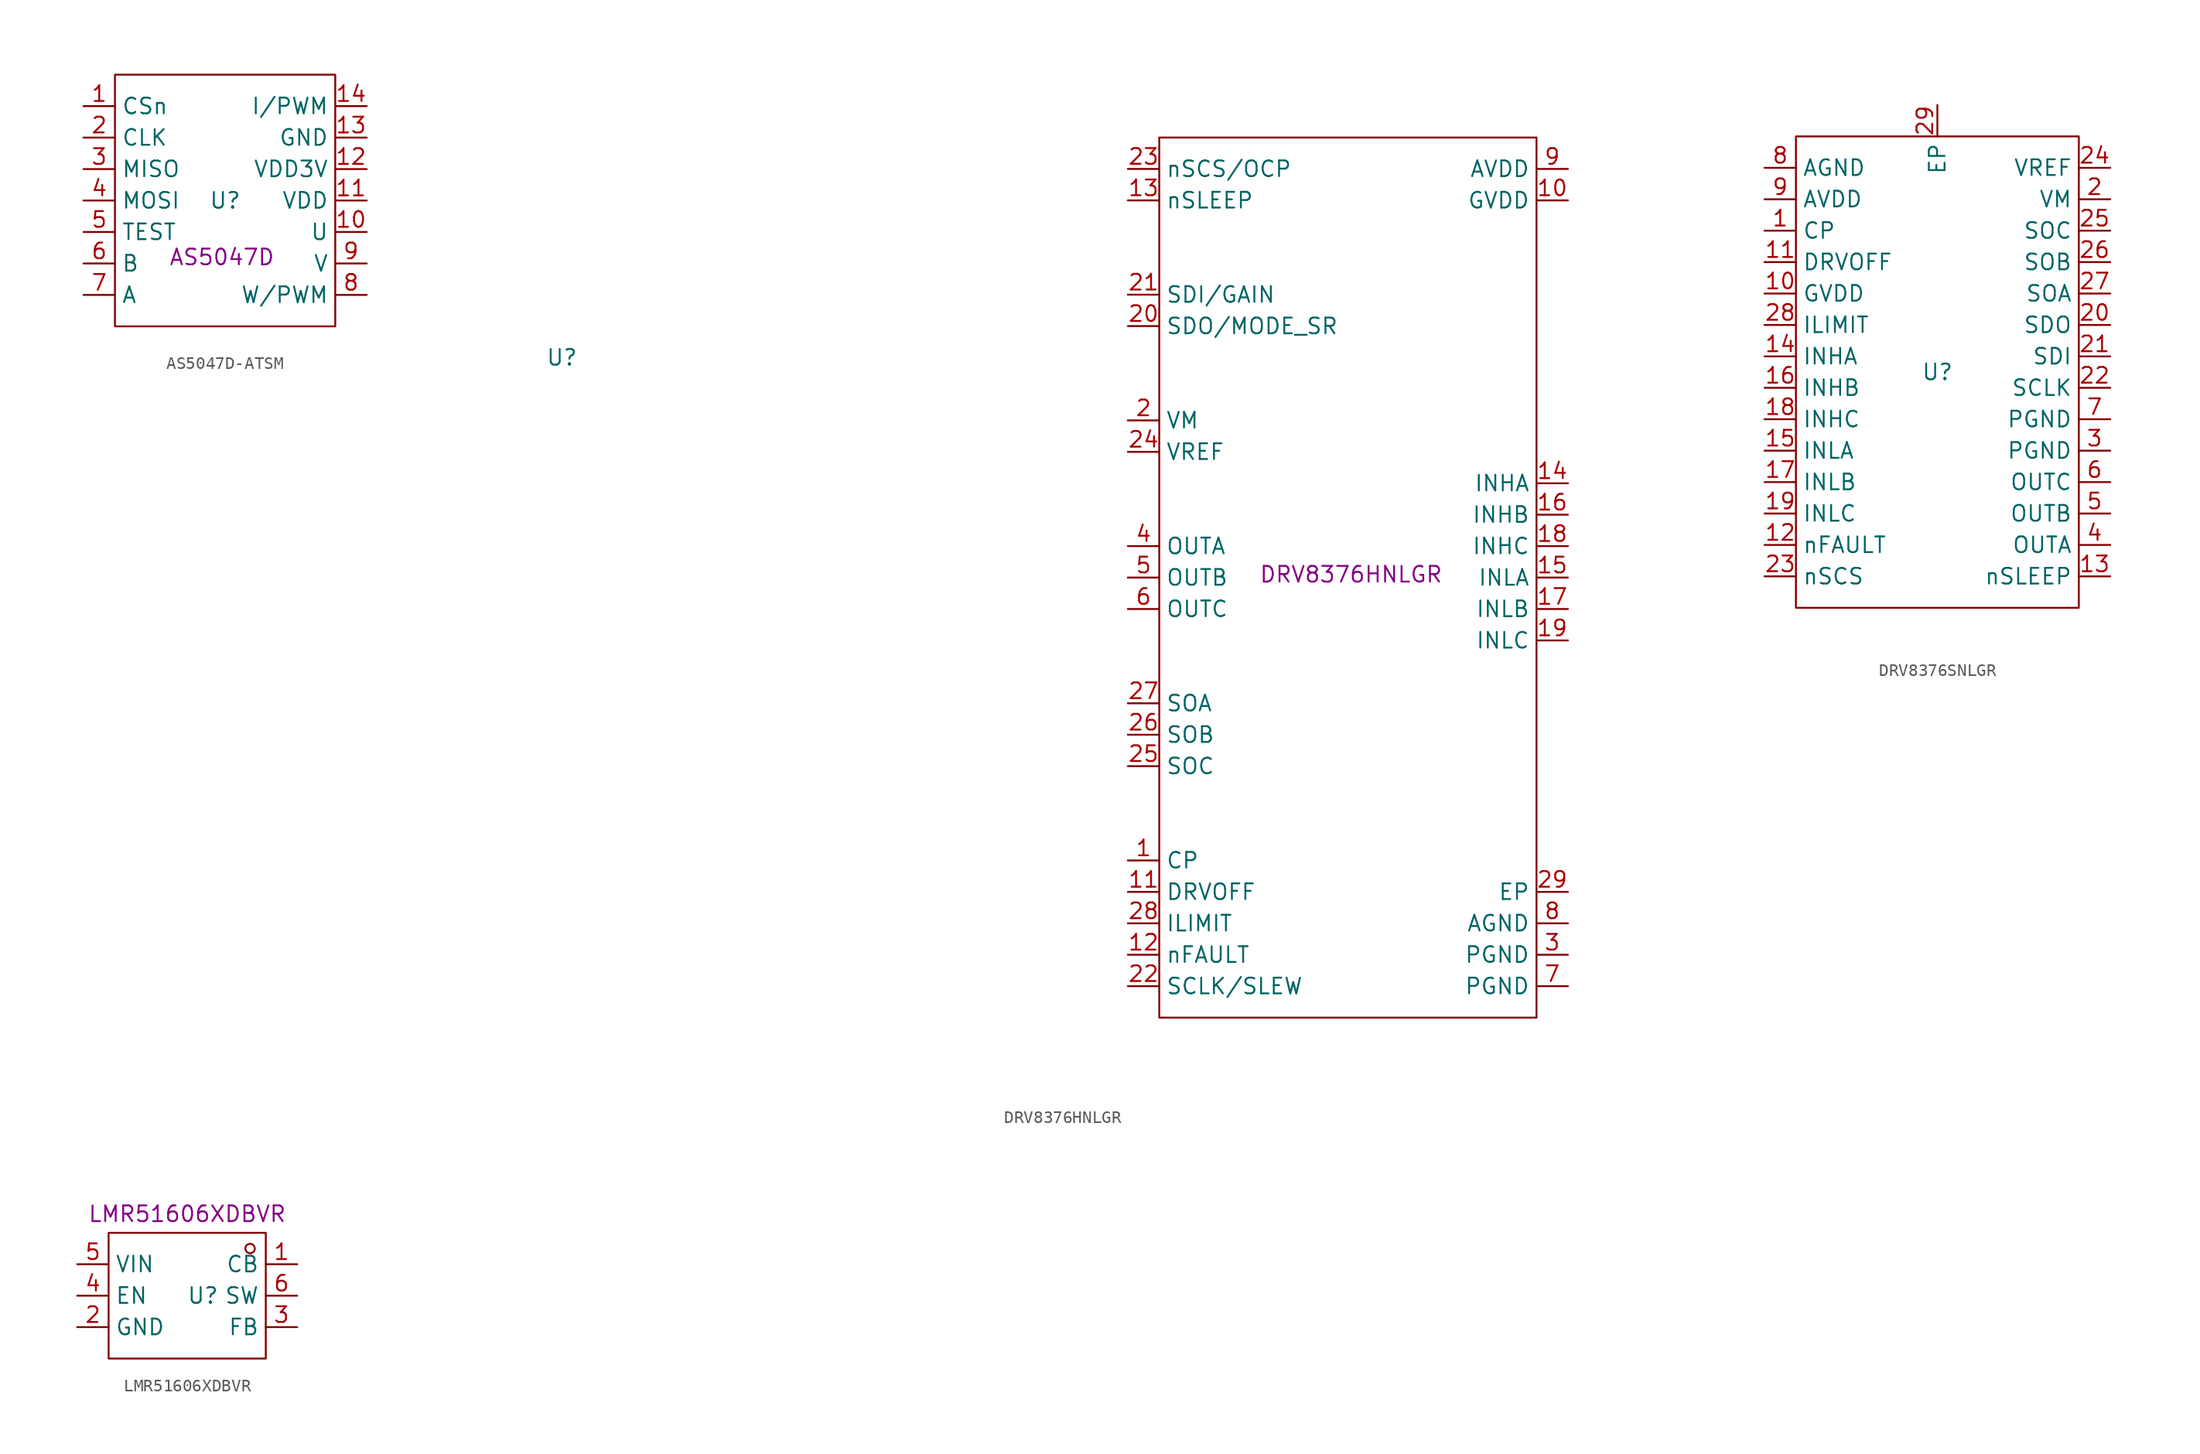
<source format=kicad_sym>
(kicad_symbol_lib
  (version 20241209)
  (generator "kicad_symbol_editor")
  (generator_version "9.0")
  (symbol "AS5047D-ATSM"
    (property "Reference" "U"
      (at 0 0 0)
      (effects (font (size 1.27 1.27))))
    (property "Value" ""
      (at 0 0 0)
      (effects (font (size 1.27 1.27))))
    (property "Manufacturer Part" "AS5047D"
      (at -0.254 -4.572 0)
      (effects (font (size 1.27 1.27))))
    (symbol "AS5047D-ATSM_1_0"
      (rectangle (start -8.89 10.16) (end 8.89 -10.16) (stroke (width 0) (type default)) (fill (type none)))
      (pin input line (at -11.43 7.62 0) (length 2.54) (name "CSn" (effects (font (size 1.27 1.27)))) (number "1" (effects (font (size 1.27 1.27)))))
      (pin input line (at -11.43 5.08 0) (length 2.54) (name "CLK" (effects (font (size 1.27 1.27)))) (number "2" (effects (font (size 1.27 1.27)))))
      (pin output line (at -11.43 2.54 0) (length 2.54) (name "MISO" (effects (font (size 1.27 1.27)))) (number "3" (effects (font (size 1.27 1.27)))))
      (pin input line (at -11.43 0 0) (length 2.54) (name "MOSI" (effects (font (size 1.27 1.27)))) (number "4" (effects (font (size 1.27 1.27)))))
      (pin unspecified line (at -11.43 -2.54 0) (length 2.54) (name "TEST" (effects (font (size 1.27 1.27)))) (number "5" (effects (font (size 1.27 1.27)))))
      (pin output line (at -11.43 -5.08 0) (length 2.54) (name "B" (effects (font (size 1.27 1.27)))) (number "6" (effects (font (size 1.27 1.27)))))
      (pin output line (at -11.43 -7.62 0) (length 2.54) (name "A" (effects (font (size 1.27 1.27)))) (number "7" (effects (font (size 1.27 1.27)))))
      (pin output line (at 11.43 7.62 180) (length 2.54) (name "I/PWM" (effects (font (size 1.27 1.27)))) (number "14" (effects (font (size 1.27 1.27)))))
      (pin output line (at 11.43 5.08 180) (length 2.54) (name "GND" (effects (font (size 1.27 1.27)))) (number "13" (effects (font (size 1.27 1.27)))))
      (pin power_in line (at 11.43 2.54 180) (length 2.54) (name "VDD3V" (effects (font (size 1.27 1.27)))) (number "12" (effects (font (size 1.27 1.27)))))
      (pin power_in line (at 11.43 0 180) (length 2.54) (name "VDD" (effects (font (size 1.27 1.27)))) (number "11" (effects (font (size 1.27 1.27)))))
      (pin output line (at 11.43 -2.54 180) (length 2.54) (name "U" (effects (font (size 1.27 1.27)))) (number "10" (effects (font (size 1.27 1.27)))))
      (pin output line (at 11.43 -5.08 180) (length 2.54) (name "V" (effects (font (size 1.27 1.27)))) (number "9" (effects (font (size 1.27 1.27)))))
      (pin output line (at 11.43 -7.62 180) (length 2.54) (name "W/PWM" (effects (font (size 1.27 1.27)))) (number "8" (effects (font (size 1.27 1.27)))))))
  (symbol "DRV8376HNLGR"
    (property "Reference" "U"
      (at -63.5 17.78 0)
      (effects (font (size 1.27 1.27))))
    (property "Value" ""
      (at 0 0 0)
      (effects (font (size 1.27 1.27))))
    (property "Manufacturer Part" "DRV8376HNLGR"
      (at 0.254 0.254 0)
      (effects (font (size 1.27 1.27))))
    (symbol "DRV8376HNLGR_1_0"
      (rectangle (start -15.24 35.56) (end 15.24 -35.56) (stroke (width 0) (type default)) (fill (type none)))
      (pin unspecified line (at -17.78 33.02 0) (length 2.54) (name "nSCS/OCP" (effects (font (size 1.27 1.27)))) (number "23" (effects (font (size 1.27 1.27)))))
      (pin unspecified line (at -17.78 30.48 0) (length 2.54) (name "nSLEEP" (effects (font (size 1.27 1.27)))) (number "13" (effects (font (size 1.27 1.27)))))
      (pin unspecified line (at -17.78 22.86 0) (length 2.54) (name "SDI/GAIN" (effects (font (size 1.27 1.27)))) (number "21" (effects (font (size 1.27 1.27)))))
      (pin unspecified line (at -17.78 20.32 0) (length 2.54) (name "SDO/MODE_SR" (effects (font (size 1.27 1.27)))) (number "20" (effects (font (size 1.27 1.27)))))
      (pin unspecified line (at -17.78 12.7 0) (length 2.54) (name "VM" (effects (font (size 1.27 1.27)))) (number "2" (effects (font (size 1.27 1.27)))))
      (pin unspecified line (at -17.78 10.16 0) (length 2.54) (name "VREF" (effects (font (size 1.27 1.27)))) (number "24" (effects (font (size 1.27 1.27)))))
      (pin power_out line (at -17.78 2.54 0) (length 2.54) (name "OUTA" (effects (font (size 1.27 1.27)))) (number "4" (effects (font (size 1.27 1.27)))))
      (pin power_out line (at -17.78 0 0) (length 2.54) (name "OUTB" (effects (font (size 1.27 1.27)))) (number "5" (effects (font (size 1.27 1.27)))))
      (pin power_out line (at -17.78 -2.54 0) (length 2.54) (name "OUTC" (effects (font (size 1.27 1.27)))) (number "6" (effects (font (size 1.27 1.27)))))
      (pin output line (at -17.78 -10.16 0) (length 2.54) (name "SOA" (effects (font (size 1.27 1.27)))) (number "27" (effects (font (size 1.27 1.27)))))
      (pin output line (at -17.78 -12.7 0) (length 2.54) (name "SOB" (effects (font (size 1.27 1.27)))) (number "26" (effects (font (size 1.27 1.27)))))
      (pin output line (at -17.78 -15.24 0) (length 2.54) (name "SOC" (effects (font (size 1.27 1.27)))) (number "25" (effects (font (size 1.27 1.27)))))
      (pin unspecified line (at -17.78 -22.86 0) (length 2.54) (name "CP" (effects (font (size 1.27 1.27)))) (number "1" (effects (font (size 1.27 1.27)))))
      (pin unspecified line (at -17.78 -25.4 0) (length 2.54) (name "DRVOFF" (effects (font (size 1.27 1.27)))) (number "11" (effects (font (size 1.27 1.27)))))
      (pin unspecified line (at -17.78 -27.94 0) (length 2.54) (name "ILIMIT" (effects (font (size 1.27 1.27)))) (number "28" (effects (font (size 1.27 1.27)))))
      (pin unspecified line (at -17.78 -30.48 0) (length 2.54) (name "nFAULT" (effects (font (size 1.27 1.27)))) (number "12" (effects (font (size 1.27 1.27)))))
      (pin unspecified line (at -17.78 -33.02 0) (length 2.54) (name "SCLK/SLEW" (effects (font (size 1.27 1.27)))) (number "22" (effects (font (size 1.27 1.27)))))
      (pin unspecified line (at 17.78 33.02 180) (length 2.54) (name "AVDD" (effects (font (size 1.27 1.27)))) (number "9" (effects (font (size 1.27 1.27)))))
      (pin unspecified line (at 17.78 30.48 180) (length 2.54) (name "GVDD" (effects (font (size 1.27 1.27)))) (number "10" (effects (font (size 1.27 1.27)))))
      (pin input line (at 17.78 7.62 180) (length 2.54) (name "INHA" (effects (font (size 1.27 1.27)))) (number "14" (effects (font (size 1.27 1.27)))))
      (pin input line (at 17.78 5.08 180) (length 2.54) (name "INHB" (effects (font (size 1.27 1.27)))) (number "16" (effects (font (size 1.27 1.27)))))
      (pin input line (at 17.78 2.54 180) (length 2.54) (name "INHC" (effects (font (size 1.27 1.27)))) (number "18" (effects (font (size 1.27 1.27)))))
      (pin input line (at 17.78 0 180) (length 2.54) (name "INLA" (effects (font (size 1.27 1.27)))) (number "15" (effects (font (size 1.27 1.27)))))
      (pin input line (at 17.78 -2.54 180) (length 2.54) (name "INLB" (effects (font (size 1.27 1.27)))) (number "17" (effects (font (size 1.27 1.27)))))
      (pin input line (at 17.78 -5.08 180) (length 2.54) (name "INLC" (effects (font (size 1.27 1.27)))) (number "19" (effects (font (size 1.27 1.27)))))
      (pin unspecified line (at 17.78 -25.4 180) (length 2.54) (name "EP" (effects (font (size 1.27 1.27)))) (number "29" (effects (font (size 1.27 1.27)))))
      (pin unspecified line (at 17.78 -27.94 180) (length 2.54) (name "AGND" (effects (font (size 1.27 1.27)))) (number "8" (effects (font (size 1.27 1.27)))))
      (pin unspecified line (at 17.78 -30.48 180) (length 2.54) (name "PGND" (effects (font (size 1.27 1.27)))) (number "3" (effects (font (size 1.27 1.27)))))
      (pin unspecified line (at 17.78 -33.02 180) (length 2.54) (name "PGND" (effects (font (size 1.27 1.27)))) (number "7" (effects (font (size 1.27 1.27)))))))
  (symbol "DRV8376SNLGR"
    (property "Reference" "U"
      (at 0 0 0)
      (effects (font (size 1.27 1.27))))
    (property "Value" ""
      (at 0 0 0)
      (effects (font (size 1.27 1.27))))
    (symbol "DRV8376SNLGR_1_0"
      (rectangle (start -11.43 19.05) (end 11.43 -19.05) (stroke (width 0) (type default)) (fill (type none)))
      (pin output line (at -13.97 16.51 0) (length 2.54) (name "AGND" (effects (font (size 1.27 1.27)))) (number "8" (effects (font (size 1.27 1.27)))))
      (pin output line (at -13.97 13.97 0) (length 2.54) (name "AVDD" (effects (font (size 1.27 1.27)))) (number "9" (effects (font (size 1.27 1.27)))))
      (pin output line (at -13.97 11.43 0) (length 2.54) (name "CP" (effects (font (size 1.27 1.27)))) (number "1" (effects (font (size 1.27 1.27)))))
      (pin input line (at -13.97 8.89 0) (length 2.54) (name "DRVOFF" (effects (font (size 1.27 1.27)))) (number "11" (effects (font (size 1.27 1.27)))))
      (pin output line (at -13.97 6.35 0) (length 2.54) (name "GVDD" (effects (font (size 1.27 1.27)))) (number "10" (effects (font (size 1.27 1.27)))))
      (pin input line (at -13.97 3.81 0) (length 2.54) (name "ILIMIT" (effects (font (size 1.27 1.27)))) (number "28" (effects (font (size 1.27 1.27)))))
      (pin input line (at -13.97 1.27 0) (length 2.54) (name "INHA" (effects (font (size 1.27 1.27)))) (number "14" (effects (font (size 1.27 1.27)))))
      (pin input line (at -13.97 -1.27 0) (length 2.54) (name "INHB" (effects (font (size 1.27 1.27)))) (number "16" (effects (font (size 1.27 1.27)))))
      (pin input line (at -13.97 -3.81 0) (length 2.54) (name "INHC" (effects (font (size 1.27 1.27)))) (number "18" (effects (font (size 1.27 1.27)))))
      (pin input line (at -13.97 -6.35 0) (length 2.54) (name "INLA" (effects (font (size 1.27 1.27)))) (number "15" (effects (font (size 1.27 1.27)))))
      (pin input line (at -13.97 -8.89 0) (length 2.54) (name "INLB" (effects (font (size 1.27 1.27)))) (number "17" (effects (font (size 1.27 1.27)))))
      (pin input line (at -13.97 -11.43 0) (length 2.54) (name "INLC" (effects (font (size 1.27 1.27)))) (number "19" (effects (font (size 1.27 1.27)))))
      (pin output line (at -13.97 -13.97 0) (length 2.54) (name "nFAULT" (effects (font (size 1.27 1.27)))) (number "12" (effects (font (size 1.27 1.27)))))
      (pin input line (at -13.97 -16.51 0) (length 2.54) (name "nSCS" (effects (font (size 1.27 1.27)))) (number "23" (effects (font (size 1.27 1.27)))))
      (pin unspecified line (at 0 21.59 270) (length 2.54) (name "EP" (effects (font (size 1.27 1.27)))) (number "29" (effects (font (size 1.27 1.27)))))
      (pin power_in line (at 13.97 16.51 180) (length 2.54) (name "VREF" (effects (font (size 1.27 1.27)))) (number "24" (effects (font (size 1.27 1.27)))))
      (pin power_in line (at 13.97 13.97 180) (length 2.54) (name "VM" (effects (font (size 1.27 1.27)))) (number "2" (effects (font (size 1.27 1.27)))))
      (pin output line (at 13.97 11.43 180) (length 2.54) (name "SOC" (effects (font (size 1.27 1.27)))) (number "25" (effects (font (size 1.27 1.27)))))
      (pin output line (at 13.97 8.89 180) (length 2.54) (name "SOB" (effects (font (size 1.27 1.27)))) (number "26" (effects (font (size 1.27 1.27)))))
      (pin output line (at 13.97 6.35 180) (length 2.54) (name "SOA" (effects (font (size 1.27 1.27)))) (number "27" (effects (font (size 1.27 1.27)))))
      (pin output line (at 13.97 3.81 180) (length 2.54) (name "SDO" (effects (font (size 1.27 1.27)))) (number "20" (effects (font (size 1.27 1.27)))))
      (pin input line (at 13.97 1.27 180) (length 2.54) (name "SDI" (effects (font (size 1.27 1.27)))) (number "21" (effects (font (size 1.27 1.27)))))
      (pin input line (at 13.97 -1.27 180) (length 2.54) (name "SCLK" (effects (font (size 1.27 1.27)))) (number "22" (effects (font (size 1.27 1.27)))))
      (pin power_out line (at 13.97 -3.81 180) (length 2.54) (name "PGND" (effects (font (size 1.27 1.27)))) (number "7" (effects (font (size 1.27 1.27)))))
      (pin power_out line (at 13.97 -6.35 180) (length 2.54) (name "PGND" (effects (font (size 1.27 1.27)))) (number "3" (effects (font (size 1.27 1.27)))))
      (pin power_out line (at 13.97 -8.89 180) (length 2.54) (name "OUTC" (effects (font (size 1.27 1.27)))) (number "6" (effects (font (size 1.27 1.27)))))
      (pin power_out line (at 13.97 -11.43 180) (length 2.54) (name "OUTB" (effects (font (size 1.27 1.27)))) (number "5" (effects (font (size 1.27 1.27)))))
      (pin power_out line (at 13.97 -13.97 180) (length 2.54) (name "OUTA" (effects (font (size 1.27 1.27)))) (number "4" (effects (font (size 1.27 1.27)))))
      (pin input line (at 13.97 -16.51 180) (length 2.54) (name "nSLEEP" (effects (font (size 1.27 1.27)))) (number "13" (effects (font (size 1.27 1.27)))))))
  (symbol "LMR51606XDBVR"
    (property "Reference" "U"
      (at 0 0 0)
      (effects (font (size 1.27 1.27))))
    (property "Value" ""
      (at 0 0 0)
      (effects (font (size 1.27 1.27))))
    (property "Manufacturer Part" "LMR51606XDBVR"
      (at -1.27 6.604 0)
      (effects (font (size 1.27 1.27))))
    (symbol "LMR51606XDBVR_1_0"
      (rectangle (start -7.62 -5.08) (end 5.08 5.08) (stroke (width 0) (type default)) (fill (type none)))
      (circle (center 3.81 3.81) (radius 0.381) (stroke (width 0) (type default)) (fill (type none)))
      (pin power_in line (at -10.16 2.54 0) (length 2.54) (name "VIN" (effects (font (size 1.27 1.27)))) (number "5" (effects (font (size 1.27 1.27)))))
      (pin input line (at -10.16 0 0) (length 2.54) (name "EN" (effects (font (size 1.27 1.27)))) (number "4" (effects (font (size 1.27 1.27)))))
      (pin power_out line (at -10.16 -2.54 0) (length 2.54) (name "GND" (effects (font (size 1.27 1.27)))) (number "2" (effects (font (size 1.27 1.27)))))
      (pin output line (at 7.62 2.54 180) (length 2.54) (name "CB" (effects (font (size 1.27 1.27)))) (number "1" (effects (font (size 1.27 1.27)))))
      (pin power_out line (at 7.62 0 180) (length 2.54) (name "SW" (effects (font (size 1.27 1.27)))) (number "6" (effects (font (size 1.27 1.27)))))
      (pin input line (at 7.62 -2.54 180) (length 2.54) (name "FB" (effects (font (size 1.27 1.27)))) (number "3" (effects (font (size 1.27 1.27))))))))
</source>
